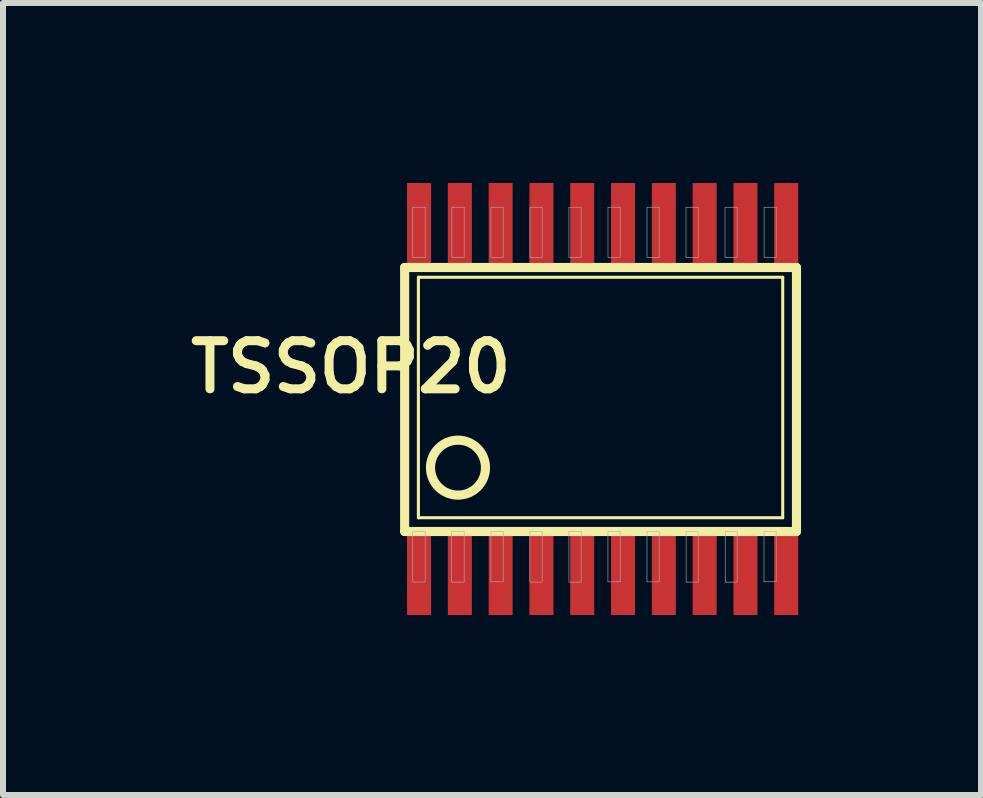
<source format=kicad_pcb>
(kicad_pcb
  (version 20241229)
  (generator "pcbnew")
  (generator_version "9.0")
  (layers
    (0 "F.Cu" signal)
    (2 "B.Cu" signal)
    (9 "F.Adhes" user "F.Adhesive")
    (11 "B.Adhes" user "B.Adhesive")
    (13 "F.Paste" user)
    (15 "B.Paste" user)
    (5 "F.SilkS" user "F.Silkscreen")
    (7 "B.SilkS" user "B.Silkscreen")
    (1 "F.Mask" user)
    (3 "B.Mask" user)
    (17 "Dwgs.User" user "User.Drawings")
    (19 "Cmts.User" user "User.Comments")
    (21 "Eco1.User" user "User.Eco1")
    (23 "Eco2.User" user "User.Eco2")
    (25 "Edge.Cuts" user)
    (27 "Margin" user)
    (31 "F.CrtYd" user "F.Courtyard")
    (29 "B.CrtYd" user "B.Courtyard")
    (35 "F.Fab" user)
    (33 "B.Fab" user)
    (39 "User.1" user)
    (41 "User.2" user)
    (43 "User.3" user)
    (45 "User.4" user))
  (footprint "TSSOP20"
    (layer "F.Cu")
    (at 6.859 3.525)
    (property "Reference" "TSSOP20" (at -4.061 -0.458 180) (layer "F.SilkS") (effects (font (size 0.802 0.802) (thickness 0.15))))
    (attr through_hole)
    (fp_line (start -3.165 2.283) (end -3.165 -2.117) (stroke (width 0.152) (type solid)) (layer "F.SilkS"))
    (fp_line (start -3.165 2.283) (end 3.365 2.283) (stroke (width 0.152) (type solid)) (layer "F.SilkS"))
    (fp_line (start -2.936 2.054) (end -2.936 -1.954) (stroke (width 0.051) (type solid)) (layer "F.SilkS"))
    (fp_line (start -2.936 2.054) (end 3.136 2.054) (stroke (width 0.051) (type solid)) (layer "F.SilkS"))
    (fp_line (start 3.136 -1.954) (end -2.936 -1.954) (stroke (width 0.051) (type solid)) (layer "F.SilkS"))
    (fp_line (start 3.136 -1.954) (end 3.136 2.054) (stroke (width 0.051) (type solid)) (layer "F.SilkS"))
    (fp_line (start 3.365 -2.117) (end -3.165 -2.117) (stroke (width 0.152) (type solid)) (layer "F.SilkS"))
    (fp_line (start 3.365 -2.117) (end 3.365 2.283) (stroke (width 0.152) (type solid)) (layer "F.SilkS"))
    (fp_circle (center -2.276 1.219) (end -1.818 1.219) (stroke (width 0.152) (type solid)) (fill no) (layer "F.SilkS"))
    (fp_poly (pts (xy -3.03 2.283) (xy -2.823 2.283) (xy -2.823 3.125) (xy -3.03 3.125)) (stroke (width 0.01) (type solid)) (fill no) (layer "F.Fab"))
    (fp_poly (pts (xy -3.03 -3.121) (xy -2.823 -3.121) (xy -2.823 -2.285) (xy -3.03 -2.285)) (stroke (width 0.01) (type solid)) (fill no) (layer "F.Fab"))
    (fp_poly (pts (xy -2.381 2.283) (xy -2.173 2.283) (xy -2.173 3.127) (xy -2.381 3.127)) (stroke (width 0.01) (type solid)) (fill no) (layer "F.Fab"))
    (fp_poly (pts (xy -2.377 -3.121) (xy -2.173 -3.121) (xy -2.173 -2.283) (xy -2.377 -2.283)) (stroke (width 0.01) (type solid)) (fill no) (layer "F.Fab"))
    (fp_poly (pts (xy -1.727 2.283) (xy -1.523 2.283) (xy -1.523 3.121) (xy -1.727 3.121)) (stroke (width 0.01) (type solid)) (fill no) (layer "F.Fab"))
    (fp_poly (pts (xy -1.727 -3.121) (xy -1.523 -3.121) (xy -1.523 -2.283) (xy -1.727 -2.283)) (stroke (width 0.01) (type solid)) (fill no) (layer "F.Fab"))
    (fp_poly (pts (xy -1.078 2.283) (xy -0.873 2.283) (xy -0.873 3.126) (xy -1.078 3.126)) (stroke (width 0.01) (type solid)) (fill no) (layer "F.Fab"))
    (fp_poly (pts (xy -1.077 -3.121) (xy -0.873 -3.121) (xy -0.873 -2.283) (xy -1.077 -2.283)) (stroke (width 0.01) (type solid)) (fill no) (layer "F.Fab"))
    (fp_poly (pts (xy -0.427 2.283) (xy -0.223 2.283) (xy -0.223 3.127) (xy -0.427 3.127)) (stroke (width 0.01) (type solid)) (fill no) (layer "F.Fab"))
    (fp_poly (pts (xy -0.427 -3.121) (xy -0.223 -3.121) (xy -0.223 -2.284) (xy -0.427 -2.284)) (stroke (width 0.01) (type solid)) (fill no) (layer "F.Fab"))
    (fp_poly (pts (xy 0.223 2.283) (xy 0.427 2.283) (xy 0.427 3.122) (xy 0.223 3.122)) (stroke (width 0.01) (type solid)) (fill no) (layer "F.Fab"))
    (fp_poly (pts (xy 0.224 -3.121) (xy 0.427 -3.121) (xy 0.427 -2.285) (xy 0.224 -2.285)) (stroke (width 0.01) (type solid)) (fill no) (layer "F.Fab"))
    (fp_poly (pts (xy 0.874 2.283) (xy 1.077 2.283) (xy 1.077 3.122) (xy 0.874 3.122)) (stroke (width 0.01) (type solid)) (fill no) (layer "F.Fab"))
    (fp_poly (pts (xy 0.874 -3.121) (xy 1.077 -3.121) (xy 1.077 -2.284) (xy 0.874 -2.284)) (stroke (width 0.01) (type solid)) (fill no) (layer "F.Fab"))
    (fp_poly (pts (xy 1.524 -3.121) (xy 1.727 -3.121) (xy 1.727 -2.284) (xy 1.524 -2.284)) (stroke (width 0.01) (type solid)) (fill no) (layer "F.Fab"))
    (fp_poly (pts (xy 1.526 2.283) (xy 1.727 2.283) (xy 1.727 3.126) (xy 1.526 3.126)) (stroke (width 0.01) (type solid)) (fill no) (layer "F.Fab"))
    (fp_poly (pts (xy 2.174 -3.121) (xy 2.377 -3.121) (xy 2.377 -2.284) (xy 2.174 -2.284)) (stroke (width 0.01) (type solid)) (fill no) (layer "F.Fab"))
    (fp_poly (pts (xy 2.178 2.283) (xy 2.377 2.283) (xy 2.377 3.127) (xy 2.178 3.127)) (stroke (width 0.01) (type solid)) (fill no) (layer "F.Fab"))
    (fp_poly (pts (xy 2.824 2.283) (xy 3.027 2.283) (xy 3.027 3.121) (xy 2.824 3.121)) (stroke (width 0.01) (type solid)) (fill no) (layer "F.Fab"))
    (fp_poly (pts (xy 2.826 -3.121) (xy 3.027 -3.121) (xy 3.027 -2.285) (xy 2.826 -2.285)) (stroke (width 0.01) (type solid)) (fill no) (layer "F.Fab"))
    (pad "1" smd rect (at -2.925 3) (size 0.4 1.35) (layers "F.Cu" "F.Mask" "F.Paste"))
    (pad "2" smd rect (at -2.245 3) (size 0.4 1.35) (layers "F.Cu" "F.Mask" "F.Paste"))
    (pad "3" smd rect (at -1.565 3) (size 0.4 1.35) (layers "F.Cu" "F.Mask" "F.Paste"))
    (pad "4" smd rect (at -0.885 3) (size 0.4 1.35) (layers "F.Cu" "F.Mask" "F.Paste"))
    (pad "5" smd rect (at -0.205 3) (size 0.4 1.35) (layers "F.Cu" "F.Mask" "F.Paste"))
    (pad "6" smd rect (at 0.475 3) (size 0.4 1.35) (layers "F.Cu" "F.Mask" "F.Paste"))
    (pad "7" smd rect (at 1.155 3) (size 0.4 1.35) (layers "F.Cu" "F.Mask" "F.Paste"))
    (pad "8" smd rect (at 1.835 3) (size 0.4 1.35) (layers "F.Cu" "F.Mask" "F.Paste"))
    (pad "9" smd rect (at 2.515 3) (size 0.4 1.35) (layers "F.Cu" "F.Mask" "F.Paste"))
    (pad "10" smd rect (at 3.195 3) (size 0.4 1.35) (layers "F.Cu" "F.Mask" "F.Paste"))
    (pad "11" smd rect (at 3.195 -2.85) (size 0.4 1.35) (layers "F.Cu" "F.Mask" "F.Paste"))
    (pad "12" smd rect (at 2.515 -2.85) (size 0.4 1.35) (layers "F.Cu" "F.Mask" "F.Paste"))
    (pad "13" smd rect (at 1.835 -2.85) (size 0.4 1.35) (layers "F.Cu" "F.Mask" "F.Paste"))
    (pad "14" smd rect (at 1.155 -2.85) (size 0.4 1.35) (layers "F.Cu" "F.Mask" "F.Paste"))
    (pad "15" smd rect (at 0.475 -2.85) (size 0.4 1.35) (layers "F.Cu" "F.Mask" "F.Paste"))
    (pad "16" smd rect (at -0.205 -2.85) (size 0.4 1.35) (layers "F.Cu" "F.Mask" "F.Paste"))
    (pad "17" smd rect (at -0.885 -2.85) (size 0.4 1.35) (layers "F.Cu" "F.Mask" "F.Paste"))
    (pad "18" smd rect (at -1.565 -2.85) (size 0.4 1.35) (layers "F.Cu" "F.Mask" "F.Paste"))
    (pad "19" smd rect (at -2.245 -2.85) (size 0.4 1.35) (layers "F.Cu" "F.Mask" "F.Paste"))
    (pad "20" smd rect (at -2.925 -2.85) (size 0.4 1.35) (layers "F.Cu" "F.Mask" "F.Paste")))
  (gr_rect
    (start -3 -3)
    (end 13.3 10.2)
    (stroke (width 0.1) (type default))
    (fill no)
    (layer "Edge.Cuts")))
</source>
